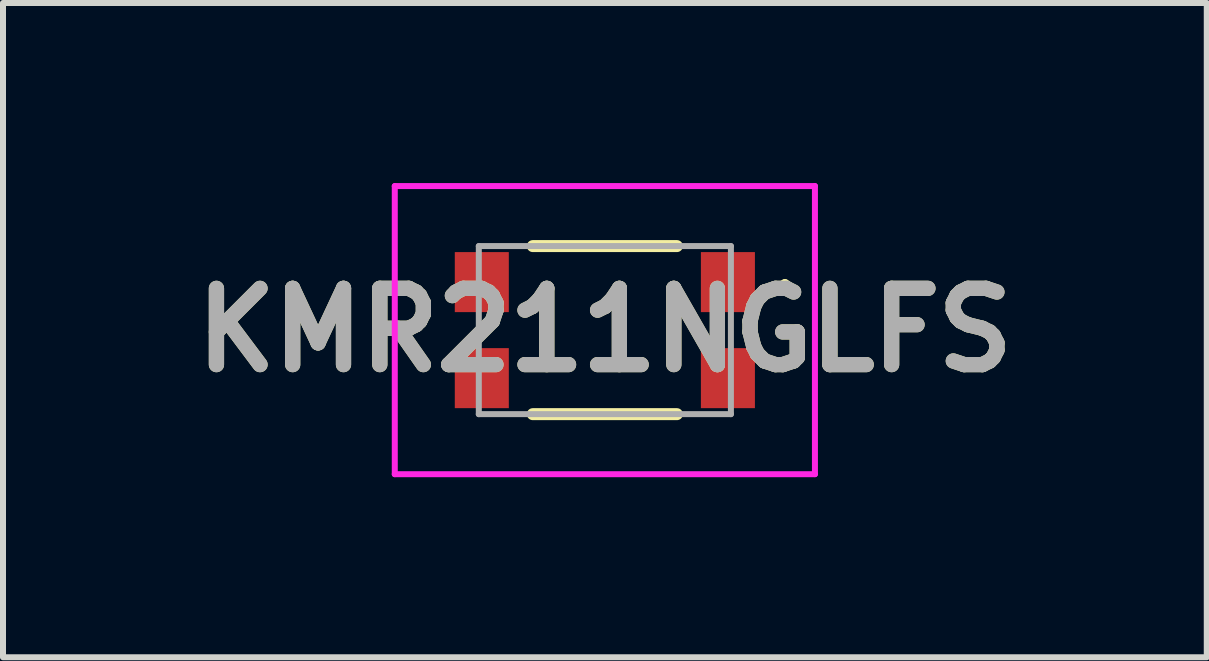
<source format=kicad_pcb>
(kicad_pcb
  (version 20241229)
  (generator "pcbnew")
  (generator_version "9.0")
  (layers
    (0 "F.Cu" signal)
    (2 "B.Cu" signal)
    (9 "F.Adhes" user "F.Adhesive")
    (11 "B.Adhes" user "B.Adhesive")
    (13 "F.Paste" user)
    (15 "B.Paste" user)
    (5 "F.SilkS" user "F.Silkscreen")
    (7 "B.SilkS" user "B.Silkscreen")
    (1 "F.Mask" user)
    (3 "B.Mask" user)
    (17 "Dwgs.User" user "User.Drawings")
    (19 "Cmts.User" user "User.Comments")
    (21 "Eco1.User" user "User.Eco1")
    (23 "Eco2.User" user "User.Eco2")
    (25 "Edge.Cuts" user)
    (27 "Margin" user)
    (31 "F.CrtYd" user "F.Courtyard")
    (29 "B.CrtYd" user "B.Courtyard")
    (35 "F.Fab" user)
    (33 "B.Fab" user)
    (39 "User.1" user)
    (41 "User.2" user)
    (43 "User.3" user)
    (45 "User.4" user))
  (footprint "KMR211NGLFS"
    (layer "F.Cu")
    (at 7.027 2.45)
    (property "Reference" "KMR211NGLFS" (at 0 0 0) (layer "F.SilkS") (effects (font (size 1.27 1.27) (thickness 0.254))))
    (attr smd)
    (fp_line (start -1.2 -1.4) (end 1.2 -1.4) (stroke (width 0.2) (type solid)) (layer "F.SilkS"))
    (fp_line (start -1.2 1.4) (end 1.2 1.4) (stroke (width 0.2) (type solid)) (layer "F.SilkS"))
    (fp_line (start 3 -0.8) (end 3 -0.8) (stroke (width 0.1) (type solid)) (layer "F.SilkS"))
    (fp_line (start 3 -0.7) (end 3 -0.7) (stroke (width 0.1) (type solid)) (layer "F.SilkS"))
    (fp_arc (start 3 -0.8) (mid 3.05 -0.75) (end 3 -0.7) (stroke (width 0.1) (type solid)) (layer "F.SilkS"))
    (fp_arc (start 3 -0.7) (mid 2.95 -0.75) (end 3 -0.8) (stroke (width 0.1) (type solid)) (layer "F.SilkS"))
    (fp_line (start -3.5 -2.4) (end 3.5 -2.4) (stroke (width 0.1) (type solid)) (layer "F.CrtYd"))
    (fp_line (start -3.5 2.4) (end -3.5 -2.4) (stroke (width 0.1) (type solid)) (layer "F.CrtYd"))
    (fp_line (start 3.5 -2.4) (end 3.5 2.4) (stroke (width 0.1) (type solid)) (layer "F.CrtYd"))
    (fp_line (start 3.5 2.4) (end -3.5 2.4) (stroke (width 0.1) (type solid)) (layer "F.CrtYd"))
    (fp_line (start -2.1 -1.4) (end 2.1 -1.4) (stroke (width 0.1) (type solid)) (layer "F.Fab"))
    (fp_line (start -2.1 1.4) (end -2.1 -1.4) (stroke (width 0.1) (type solid)) (layer "F.Fab"))
    (fp_line (start 2.1 -1.4) (end 2.1 1.4) (stroke (width 0.1) (type solid)) (layer "F.Fab"))
    (fp_line (start 2.1 1.4) (end -2.1 1.4) (stroke (width 0.1) (type solid)) (layer "F.Fab"))
    (fp_text user "${REFERENCE}" (at 0 0 0) (layer "F.Fab") (effects (font (size 1.27 1.27) (thickness 0.254))))
    (pad "1" smd rect (at 2.05 -0.8) (size 0.9 1) (layers "F.Cu" "F.Mask" "F.Paste"))
    (pad "2" smd rect (at 2.05 0.8) (size 0.9 1) (layers "F.Cu" "F.Mask" "F.Paste"))
    (pad "3" smd rect (at -2.05 0.8) (size 0.9 1) (layers "F.Cu" "F.Mask" "F.Paste"))
    (pad "4" smd rect (at -2.05 -0.8) (size 0.9 1) (layers "F.Cu" "F.Mask" "F.Paste")))
  (gr_rect
    (start -3 -3)
    (end 17.055 7.9)
    (stroke (width 0.1) (type default))
    (fill no)
    (layer "Edge.Cuts")))
</source>
